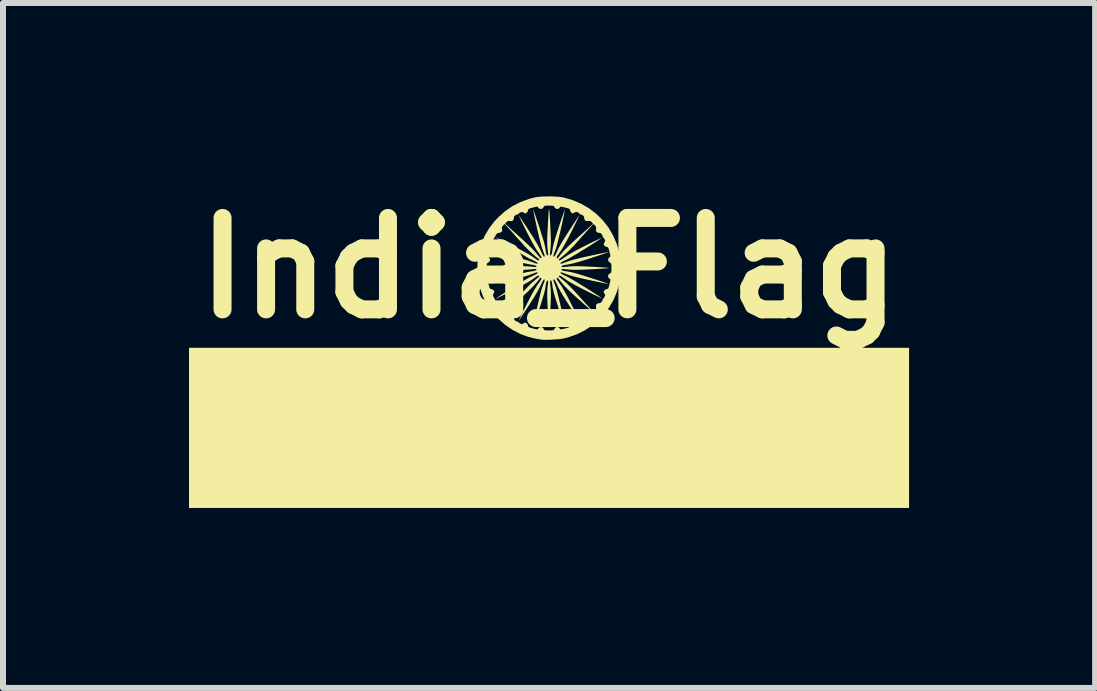
<source format=kicad_pcb>
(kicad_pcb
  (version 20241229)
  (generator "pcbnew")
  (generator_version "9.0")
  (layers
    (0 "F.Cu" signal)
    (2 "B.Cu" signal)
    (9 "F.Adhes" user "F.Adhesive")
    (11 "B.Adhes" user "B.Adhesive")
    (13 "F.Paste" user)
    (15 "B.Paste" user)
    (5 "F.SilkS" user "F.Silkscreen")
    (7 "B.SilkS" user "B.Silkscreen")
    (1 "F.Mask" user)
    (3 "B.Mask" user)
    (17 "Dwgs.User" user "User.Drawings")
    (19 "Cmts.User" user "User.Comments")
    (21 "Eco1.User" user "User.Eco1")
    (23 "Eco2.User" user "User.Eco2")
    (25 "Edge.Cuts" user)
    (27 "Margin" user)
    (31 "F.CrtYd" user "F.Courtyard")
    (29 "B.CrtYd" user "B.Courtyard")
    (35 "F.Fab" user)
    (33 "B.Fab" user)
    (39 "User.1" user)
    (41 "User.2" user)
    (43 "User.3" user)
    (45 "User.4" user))
  (footprint "India_Flag"
    (layer "F.Cu")
    (at 6.103 1.418)
    (property "Reference" "India_Flag" (at 0 0 0) (layer "F.SilkS") (effects (font (size 1.524 1.524) (thickness 0.3))))
    (attr board_only exclude_from_pos_files exclude_from_bom)
    (fp_poly (pts (xy 6.002 4) (xy -6.002 4) (xy -6.002 1.33) (xy 6.002 1.33)) (stroke (width 0) (type solid)) (fill yes) (layer "F.SilkS"))
    (fp_poly (pts (xy 0.107 -1.191) (xy 0.175 -1.186) (xy 0.23 -1.178) (xy 0.238 -1.177) (xy 0.394 -1.132) (xy 0.538 -1.07) (xy 0.67 -0.993) (xy 0.79 -0.901) (xy 0.897 -0.795) (xy 0.99 -0.676) (xy 1.067 -0.544) (xy 1.13 -0.4) (xy 1.175 -0.246) (xy 1.177 -0.238) (xy 1.185 -0.187) (xy 1.191 -0.121) (xy 1.194 -0.047) (xy 1.194 0.031) (xy 1.192 0.107) (xy 1.187 0.175) (xy 1.179 0.23) (xy 1.177 0.238) (xy 1.134 0.39) (xy 1.076 0.529) (xy 1.002 0.658) (xy 0.911 0.777) (xy 0.846 0.846) (xy 0.729 0.95) (xy 0.603 1.035) (xy 0.467 1.104) (xy 0.322 1.155) (xy 0.238 1.176) (xy 0.202 1.182) (xy 0.153 1.187) (xy 0.096 1.191) (xy 0.036 1.195) (xy -0.021 1.197) (xy -0.071 1.197) (xy -0.108 1.196) (xy -0.12 1.194) (xy -0.143 1.191) (xy -0.177 1.185) (xy -0.215 1.179) (xy -0.35 1.147) (xy -0.483 1.097) (xy -0.611 1.03) (xy -0.732 0.947) (xy -0.843 0.849) (xy -0.846 0.846) (xy -0.94 0.74) (xy -0.73 0.74) (xy -0.724 0.751) (xy -0.708 0.768) (xy -0.707 0.768) (xy -0.685 0.783) (xy -0.659 0.785) (xy -0.648 0.784) (xy -0.622 0.782) (xy -0.606 0.789) (xy -0.596 0.802) (xy -0.586 0.825) (xy -0.586 0.842) (xy -0.582 0.858) (xy -0.567 0.875) (xy -0.546 0.889) (xy -0.526 0.896) (xy -0.519 0.894) (xy -0.512 0.893) (xy -0.513 0.897) (xy -0.509 0.907) (xy -0.491 0.92) (xy -0.484 0.924) (xy -0.459 0.934) (xy -0.444 0.935) (xy -0.432 0.926) (xy -0.431 0.925) (xy -0.412 0.913) (xy -0.4 0.91) (xy -0.379 0.918) (xy -0.36 0.937) (xy -0.35 0.959) (xy -0.35 0.961) (xy -0.348 0.974) (xy -0.341 0.983) (xy -0.323 0.992) (xy -0.292 1.001) (xy -0.259 1.01) (xy -0.223 1.019) (xy -0.201 1.023) (xy -0.19 1.021) (xy -0.183 1.015) (xy -0.18 1.01) (xy -0.16 0.989) (xy -0.133 0.983) (xy -0.108 0.992) (xy -0.09 1.015) (xy -0.09 1.016) (xy -0.084 1.028) (xy -0.074 1.035) (xy -0.057 1.039) (xy -0.027 1.04) (xy 0 1.04) (xy 0.04 1.04) (xy 0.065 1.038) (xy 0.079 1.033) (xy 0.086 1.024) (xy 0.09 1.016) (xy 0.107 0.993) (xy 0.132 0.983) (xy 0.159 0.988) (xy 0.179 1.009) (xy 0.18 1.01) (xy 0.186 1.018) (xy 0.194 1.022) (xy 0.21 1.021) (xy 0.237 1.016) (xy 0.27 1.008) (xy 0.31 0.997) (xy 0.335 0.988) (xy 0.347 0.979) (xy 0.35 0.968) (xy 0.35 0.967) (xy 0.357 0.942) (xy 0.375 0.921) (xy 0.396 0.91) (xy 0.398 0.91) (xy 0.418 0.916) (xy 0.431 0.925) (xy 0.444 0.935) (xy 0.458 0.934) (xy 0.482 0.925) (xy 0.484 0.924) (xy 0.505 0.911) (xy 0.514 0.899) (xy 0.513 0.897) (xy 0.514 0.892) (xy 0.519 0.894) (xy 0.535 0.894) (xy 0.556 0.883) (xy 0.575 0.867) (xy 0.586 0.85) (xy 0.586 0.842) (xy 0.586 0.824) (xy 0.596 0.802) (xy 0.61 0.786) (xy 0.627 0.781) (xy 0.65 0.784) (xy 0.678 0.785) (xy 0.698 0.777) (xy 0.711 0.764) (xy 0.735 0.738) (xy 0.678 0.687) (xy 0.653 0.665) (xy 0.617 0.632) (xy 0.572 0.592) (xy 0.521 0.546) (xy 0.468 0.499) (xy 0.447 0.48) (xy 0.376 0.415) (xy 0.317 0.36) (xy 0.267 0.309) (xy 0.223 0.259) (xy 0.18 0.207) (xy 0.153 0.172) (xy 0.139 0.162) (xy 0.129 0.167) (xy 0.127 0.177) (xy 0.134 0.195) (xy 0.152 0.224) (xy 0.182 0.266) (xy 0.183 0.267) (xy 0.213 0.311) (xy 0.248 0.37) (xy 0.289 0.443) (xy 0.336 0.533) (xy 0.38 0.62) (xy 0.413 0.686) (xy 0.442 0.746) (xy 0.467 0.796) (xy 0.486 0.836) (xy 0.498 0.863) (xy 0.503 0.875) (xy 0.502 0.875) (xy 0.495 0.864) (xy 0.478 0.839) (xy 0.452 0.801) (xy 0.421 0.753) (xy 0.384 0.698) (xy 0.344 0.636) (xy 0.334 0.62) (xy 0.273 0.525) (xy 0.222 0.442) (xy 0.181 0.372) (xy 0.151 0.315) (xy 0.136 0.282) (xy 0.118 0.242) (xy 0.101 0.211) (xy 0.089 0.193) (xy 0.084 0.19) (xy 0.075 0.192) (xy 0.072 0.199) (xy 0.074 0.214) (xy 0.083 0.24) (xy 0.099 0.281) (xy 0.105 0.298) (xy 0.116 0.329) (xy 0.13 0.376) (xy 0.146 0.437) (xy 0.164 0.509) (xy 0.183 0.588) (xy 0.202 0.671) (xy 0.22 0.755) (xy 0.238 0.837) (xy 0.253 0.915) (xy 0.266 0.98) (xy 0.264 0.977) (xy 0.256 0.957) (xy 0.244 0.922) (xy 0.228 0.875) (xy 0.208 0.816) (xy 0.185 0.748) (xy 0.171 0.705) (xy 0.137 0.602) (xy 0.11 0.516) (xy 0.089 0.445) (xy 0.074 0.387) (xy 0.064 0.342) (xy 0.059 0.315) (xy 0.052 0.265) (xy 0.046 0.231) (xy 0.039 0.212) (xy 0.032 0.206) (xy 0.023 0.208) (xy 0.018 0.217) (xy 0.017 0.238) (xy 0.019 0.273) (xy 0.024 0.315) (xy 0.027 0.351) (xy 0.029 0.391) (xy 0.03 0.436) (xy 0.03 0.491) (xy 0.028 0.558) (xy 0.024 0.639) (xy 0.021 0.703) (xy 0.017 0.776) (xy 0.013 0.843) (xy 0.009 0.9) (xy 0.006 0.945) (xy 0.003 0.976) (xy 0.000435 0.989) (xy 0 0.99) (xy -0.002 0.98) (xy -0.005 0.953) (xy -0.009 0.911) (xy -0.012 0.857) (xy -0.016 0.792) (xy -0.02 0.72) (xy -0.021 0.703) (xy -0.025 0.609) (xy -0.028 0.533) (xy -0.03 0.471) (xy -0.03 0.42) (xy -0.029 0.377) (xy -0.026 0.339) (xy -0.024 0.315) (xy -0.019 0.273) (xy -0.016 0.238) (xy -0.015 0.217) (xy -0.015 0.211) (xy -0.027 0.211) (xy -0.033 0.213) (xy -0.041 0.226) (xy -0.05 0.257) (xy -0.058 0.306) (xy -0.059 0.311) (xy -0.065 0.349) (xy -0.075 0.394) (xy -0.09 0.449) (xy -0.11 0.516) (xy -0.135 0.598) (xy -0.167 0.696) (xy -0.17 0.705) (xy -0.194 0.777) (xy -0.216 0.841) (xy -0.235 0.896) (xy -0.25 0.938) (xy -0.26 0.967) (xy -0.265 0.98) (xy -0.266 0.98) (xy -0.251 0.903) (xy -0.234 0.82) (xy -0.216 0.733) (xy -0.196 0.647) (xy -0.177 0.563) (xy -0.158 0.485) (xy -0.141 0.416) (xy -0.125 0.358) (xy -0.112 0.316) (xy -0.105 0.298) (xy -0.087 0.252) (xy -0.076 0.221) (xy -0.072 0.202) (xy -0.073 0.193) (xy -0.08 0.19) (xy -0.084 0.19) (xy -0.093 0.199) (xy -0.108 0.223) (xy -0.125 0.258) (xy -0.136 0.282) (xy -0.158 0.328) (xy -0.191 0.388) (xy -0.234 0.462) (xy -0.288 0.548) (xy -0.334 0.62) (xy -0.375 0.683) (xy -0.412 0.74) (xy -0.445 0.79) (xy -0.472 0.831) (xy -0.491 0.859) (xy -0.501 0.874) (xy -0.502 0.875) (xy -0.501 0.869) (xy -0.491 0.847) (xy -0.474 0.812) (xy -0.451 0.765) (xy -0.424 0.708) (xy -0.392 0.644) (xy -0.38 0.62) (xy -0.327 0.516) (xy -0.281 0.429) (xy -0.241 0.358) (xy -0.207 0.302) (xy -0.183 0.267) (xy -0.152 0.225) (xy -0.134 0.196) (xy -0.127 0.178) (xy -0.128 0.168) (xy -0.129 0.167) (xy -0.141 0.162) (xy -0.153 0.172) (xy -0.189 0.219) (xy -0.226 0.262) (xy -0.266 0.306) (xy -0.311 0.353) (xy -0.365 0.404) (xy -0.429 0.463) (xy -0.502 0.529) (xy -0.559 0.58) (xy -0.61 0.627) (xy -0.655 0.668) (xy -0.691 0.701) (xy -0.716 0.725) (xy -0.729 0.738) (xy -0.73 0.74) (xy -0.94 0.74) (xy -0.948 0.732) (xy -1.032 0.61) (xy -1.1 0.477) (xy -1.152 0.333) (xy -1.177 0.238) (xy -1.185 0.187) (xy -1.191 0.121) (xy -1.194 0.047) (xy -1.194 0) (xy -1.04 0) (xy -1.04 0.04) (xy -1.038 0.065) (xy -1.033 0.079) (xy -1.024 0.086) (xy -1.017 0.089) (xy -0.993 0.107) (xy -0.983 0.132) (xy -0.989 0.159) (xy -1.009 0.179) (xy -1.01 0.18) (xy -1.019 0.186) (xy -1.023 0.194) (xy -1.022 0.21) (xy -1.016 0.237) (xy -1.008 0.27) (xy -0.997 0.31) (xy -0.989 0.334) (xy -0.98 0.346) (xy -0.969 0.35) (xy -0.966 0.35) (xy -0.942 0.357) (xy -0.925 0.371) (xy -0.913 0.386) (xy -0.912 0.4) (xy -0.922 0.42) (xy -0.923 0.421) (xy -0.933 0.441) (xy -0.934 0.456) (xy -0.927 0.477) (xy -0.919 0.493) (xy -0.892 0.543) (xy -0.869 0.573) (xy -0.851 0.586) (xy -0.843 0.585) (xy -0.824 0.586) (xy -0.803 0.596) (xy -0.786 0.61) (xy -0.782 0.628) (xy -0.784 0.648) (xy -0.785 0.678) (xy -0.774 0.7) (xy -0.768 0.707) (xy -0.751 0.723) (xy -0.74 0.73) (xy -0.74 0.73) (xy -0.732 0.723) (xy -0.713 0.703) (xy -0.683 0.671) (xy -0.645 0.63) (xy -0.601 0.581) (xy -0.551 0.526) (xy -0.529 0.502) (xy -0.46 0.425) (xy -0.401 0.362) (xy -0.35 0.309) (xy -0.304 0.263) (xy -0.26 0.224) (xy -0.216 0.187) (xy -0.173 0.152) (xy -0.162 0.139) (xy -0.168 0.128) (xy -0.178 0.126) (xy -0.195 0.133) (xy -0.223 0.151) (xy -0.257 0.176) (xy -0.298 0.204) (xy -0.357 0.24) (xy -0.434 0.282) (xy -0.528 0.332) (xy -0.615 0.377) (xy -0.684 0.411) (xy -0.746 0.443) (xy -0.801 0.47) (xy -0.845 0.492) (xy -0.877 0.508) (xy -0.894 0.516) (xy -0.897 0.517) (xy -0.889 0.511) (xy -0.867 0.496) (xy -0.831 0.472) (xy -0.785 0.442) (xy -0.731 0.406) (xy -0.669 0.366) (xy -0.639 0.347) (xy -0.543 0.285) (xy -0.458 0.232) (xy -0.385 0.19) (xy -0.326 0.157) (xy -0.285 0.138) (xy -0.246 0.119) (xy -0.214 0.103) (xy -0.195 0.089) (xy -0.19 0.083) (xy -0.192 0.075) (xy -0.199 0.071) (xy -0.214 0.074) (xy -0.241 0.083) (xy -0.282 0.099) (xy -0.298 0.105) (xy -0.339 0.12) (xy -0.395 0.137) (xy -0.467 0.155) (xy -0.556 0.176) (xy -0.663 0.2) (xy -0.689 0.205) (xy -0.765 0.221) (xy -0.834 0.236) (xy -0.894 0.248) (xy -0.942 0.258) (xy -0.978 0.265) (xy -0.997 0.269) (xy -1 0.269) (xy -0.992 0.266) (xy -0.967 0.257) (xy -0.928 0.244) (xy -0.877 0.227) (xy -0.815 0.206) (xy -0.746 0.183) (xy -0.707 0.17) (xy -0.605 0.137) (xy -0.519 0.11) (xy -0.448 0.09) (xy -0.39 0.074) (xy -0.342 0.064) (xy -0.314 0.059) (xy -0.263 0.051) (xy -0.229 0.042) (xy -0.214 0.034) (xy -0.213 0.033) (xy -0.21 0.019) (xy -0.211 0.016) (xy -0.222 0.016) (xy -0.249 0.017) (xy -0.286 0.021) (xy -0.315 0.024) (xy -0.353 0.027) (xy -0.395 0.029) (xy -0.445 0.03) (xy -0.506 0.029) (xy -0.579 0.026) (xy -0.669 0.022) (xy -0.703 0.021) (xy -0.776 0.017) (xy -0.843 0.013) (xy -0.9 0.009) (xy -0.945 0.006) (xy -0.976 0.003) (xy -0.99 0.000413) (xy -0.99 0) (xy -0.981 -0.002) (xy -0.954 -0.005) (xy -0.912 -0.008) (xy -0.857 -0.012) (xy -0.793 -0.016) (xy -0.72 -0.02) (xy -0.703 -0.021) (xy -0.607 -0.025) (xy -0.529 -0.028) (xy -0.464 -0.03) (xy -0.411 -0.03) (xy -0.367 -0.028) (xy -0.328 -0.025) (xy -0.315 -0.024) (xy -0.273 -0.02) (xy -0.238 -0.017) (xy -0.217 -0.016) (xy -0.211 -0.016) (xy -0.211 -0.027) (xy -0.213 -0.033) (xy -0.226 -0.041) (xy -0.257 -0.05) (xy -0.305 -0.058) (xy -0.314 -0.059) (xy -0.354 -0.066) (xy -0.404 -0.078) (xy -0.465 -0.095) (xy -0.54 -0.117) (xy -0.63 -0.145) (xy -0.707 -0.17) (xy -0.78 -0.194) (xy -0.846 -0.216) (xy -0.903 -0.235) (xy -0.949 -0.251) (xy -0.981 -0.262) (xy -0.998 -0.268) (xy -1 -0.269) (xy -0.989 -0.267) (xy -0.961 -0.262) (xy -0.918 -0.253) (xy -0.863 -0.242) (xy -0.798 -0.228) (xy -0.725 -0.213) (xy -0.689 -0.205) (xy -0.578 -0.181) (xy -0.485 -0.16) (xy -0.41 -0.141) (xy -0.35 -0.124) (xy -0.306 -0.108) (xy -0.298 -0.105) (xy -0.252 -0.087) (xy -0.221 -0.076) (xy -0.202 -0.072) (xy -0.193 -0.073) (xy -0.19 -0.08) (xy -0.19 -0.083) (xy -0.199 -0.093) (xy -0.222 -0.107) (xy -0.256 -0.124) (xy -0.285 -0.138) (xy -0.331 -0.159) (xy -0.391 -0.193) (xy -0.464 -0.236) (xy -0.55 -0.29) (xy -0.639 -0.347) (xy -0.703 -0.388) (xy -0.761 -0.426) (xy -0.812 -0.459) (xy -0.852 -0.486) (xy -0.88 -0.505) (xy -0.895 -0.516) (xy -0.897 -0.517) (xy -0.888 -0.513) (xy -0.863 -0.501) (xy -0.825 -0.482) (xy -0.775 -0.458) (xy -0.716 -0.428) (xy -0.65 -0.395) (xy -0.615 -0.377) (xy -0.51 -0.323) (xy -0.421 -0.275) (xy -0.348 -0.234) (xy -0.292 -0.2) (xy -0.257 -0.176) (xy -0.218 -0.148) (xy -0.192 -0.131) (xy -0.176 -0.126) (xy -0.168 -0.128) (xy -0.163 -0.139) (xy 0.162 -0.139) (xy 0.168 -0.129) (xy 0.177 -0.126) (xy 0.195 -0.134) (xy 0.224 -0.152) (xy 0.266 -0.182) (xy 0.267 -0.182) (xy 0.311 -0.213) (xy 0.37 -0.248) (xy 0.443 -0.289) (xy 0.533 -0.336) (xy 0.62 -0.38) (xy 0.686 -0.413) (xy 0.746 -0.442) (xy 0.797 -0.466) (xy 0.836 -0.485) (xy 0.863 -0.498) (xy 0.875 -0.502) (xy 0.875 -0.502) (xy 0.858 -0.488) (xy 0.825 -0.465) (xy 0.781 -0.436) (xy 0.727 -0.401) (xy 0.667 -0.363) (xy 0.603 -0.323) (xy 0.538 -0.283) (xy 0.475 -0.244) (xy 0.415 -0.209) (xy 0.363 -0.178) (xy 0.32 -0.154) (xy 0.289 -0.139) (xy 0.283 -0.135) (xy 0.244 -0.118) (xy 0.213 -0.101) (xy 0.194 -0.088) (xy 0.19 -0.083) (xy 0.191 -0.075) (xy 0.197 -0.072) (xy 0.21 -0.073) (xy 0.235 -0.081) (xy 0.272 -0.095) (xy 0.302 -0.106) (xy 0.352 -0.123) (xy 0.422 -0.143) (xy 0.511 -0.165) (xy 0.621 -0.19) (xy 0.695 -0.206) (xy 0.769 -0.222) (xy 0.837 -0.236) (xy 0.896 -0.248) (xy 0.944 -0.257) (xy 0.977 -0.264) (xy 0.995 -0.267) (xy 0.997 -0.267) (xy 0.989 -0.263) (xy 0.963 -0.254) (xy 0.924 -0.24) (xy 0.871 -0.223) (xy 0.809 -0.202) (xy 0.739 -0.18) (xy 0.702 -0.167) (xy 0.598 -0.134) (xy 0.51 -0.107) (xy 0.437 -0.087) (xy 0.379 -0.072) (xy 0.332 -0.062) (xy 0.311 -0.059) (xy 0.262 -0.051) (xy 0.228 -0.042) (xy 0.213 -0.034) (xy 0.213 -0.033) (xy 0.21 -0.018) (xy 0.211 -0.015) (xy 0.222 -0.015) (xy 0.249 -0.017) (xy 0.286 -0.02) (xy 0.315 -0.024) (xy 0.351 -0.027) (xy 0.39 -0.029) (xy 0.435 -0.03) (xy 0.49 -0.03) (xy 0.556 -0.028) (xy 0.637 -0.024) (xy 0.708 -0.021) (xy 0.782 -0.017) (xy 0.849 -0.013) (xy 0.907 -0.009) (xy 0.953 -0.006) (xy 0.985 -0.003) (xy 1 -0.001) (xy 1 0) (xy 0.991 0.002) (xy 0.964 0.005) (xy 0.922 0.008) (xy 0.867 0.012) (xy 0.802 0.016) (xy 0.73 0.02) (xy 0.708 0.021) (xy 0.614 0.025) (xy 0.537 0.028) (xy 0.474 0.03) (xy 0.422 0.03) (xy 0.379 0.029) (xy 0.341 0.026) (xy 0.315 0.024) (xy 0.266 0.019) (xy 0.233 0.017) (xy 0.215 0.019) (xy 0.208 0.023) (xy 0.206 0.032) (xy 0.212 0.039) (xy 0.231 0.046) (xy 0.265 0.052) (xy 0.315 0.059) (xy 0.359 0.067) (xy 0.417 0.081) (xy 0.492 0.102) (xy 0.583 0.13) (xy 0.692 0.164) (xy 0.702 0.168) (xy 0.775 0.191) (xy 0.842 0.213) (xy 0.899 0.232) (xy 0.945 0.248) (xy 0.978 0.259) (xy 0.995 0.266) (xy 0.997 0.267) (xy 0.987 0.265) (xy 0.96 0.26) (xy 0.918 0.252) (xy 0.863 0.241) (xy 0.799 0.228) (xy 0.727 0.213) (xy 0.695 0.206) (xy 0.574 0.18) (xy 0.473 0.156) (xy 0.391 0.135) (xy 0.329 0.116) (xy 0.302 0.106) (xy 0.255 0.088) (xy 0.223 0.077) (xy 0.204 0.072) (xy 0.194 0.072) (xy 0.19 0.078) (xy 0.19 0.083) (xy 0.199 0.092) (xy 0.222 0.106) (xy 0.256 0.124) (xy 0.283 0.135) (xy 0.309 0.148) (xy 0.348 0.17) (xy 0.398 0.199) (xy 0.455 0.232) (xy 0.517 0.27) (xy 0.582 0.31) (xy 0.647 0.35) (xy 0.708 0.389) (xy 0.764 0.425) (xy 0.812 0.456) (xy 0.849 0.481) (xy 0.871 0.498) (xy 0.875 0.502) (xy 0.869 0.5) (xy 0.848 0.491) (xy 0.812 0.474) (xy 0.765 0.451) (xy 0.708 0.424) (xy 0.644 0.392) (xy 0.62 0.38) (xy 0.516 0.327) (xy 0.429 0.281) (xy 0.358 0.241) (xy 0.302 0.207) (xy 0.267 0.182) (xy 0.225 0.152) (xy 0.196 0.134) (xy 0.178 0.127) (xy 0.168 0.128) (xy 0.168 0.129) (xy 0.162 0.141) (xy 0.173 0.152) (xy 0.219 0.189) (xy 0.263 0.226) (xy 0.307 0.266) (xy 0.353 0.312) (xy 0.405 0.366) (xy 0.464 0.43) (xy 0.529 0.502) (xy 0.58 0.559) (xy 0.627 0.61) (xy 0.668 0.655) (xy 0.701 0.691) (xy 0.725 0.716) (xy 0.738 0.729) (xy 0.74 0.73) (xy 0.751 0.723) (xy 0.768 0.708) (xy 0.768 0.707) (xy 0.783 0.685) (xy 0.785 0.659) (xy 0.784 0.648) (xy 0.782 0.622) (xy 0.79 0.606) (xy 0.803 0.596) (xy 0.826 0.586) (xy 0.843 0.585) (xy 0.858 0.582) (xy 0.875 0.566) (xy 0.89 0.546) (xy 0.896 0.526) (xy 0.894 0.519) (xy 0.893 0.511) (xy 0.897 0.513) (xy 0.907 0.509) (xy 0.92 0.491) (xy 0.924 0.483) (xy 0.934 0.459) (xy 0.935 0.444) (xy 0.927 0.431) (xy 0.926 0.43) (xy 0.913 0.411) (xy 0.91 0.4) (xy 0.919 0.378) (xy 0.939 0.359) (xy 0.963 0.35) (xy 0.966 0.35) (xy 0.977 0.348) (xy 0.986 0.338) (xy 0.995 0.318) (xy 1.005 0.283) (xy 1.008 0.27) (xy 1.018 0.23) (xy 1.022 0.206) (xy 1.022 0.192) (xy 1.017 0.184) (xy 1.01 0.18) (xy 0.989 0.159) (xy 0.983 0.133) (xy 0.992 0.108) (xy 1.016 0.09) (xy 1.016 0.09) (xy 1.028 0.084) (xy 1.035 0.074) (xy 1.039 0.057) (xy 1.04 0.027) (xy 1.04 0) (xy 1.04 -0.04) (xy 1.038 -0.065) (xy 1.033 -0.079) (xy 1.024 -0.086) (xy 1.016 -0.09) (xy 0.994 -0.107) (xy 0.985 -0.132) (xy 0.988 -0.158) (xy 1.005 -0.179) (xy 1.014 -0.183) (xy 1.021 -0.189) (xy 1.022 -0.201) (xy 1.019 -0.224) (xy 1.01 -0.262) (xy 1.008 -0.269) (xy 0.997 -0.31) (xy 0.988 -0.334) (xy 0.98 -0.346) (xy 0.969 -0.35) (xy 0.967 -0.35) (xy 0.943 -0.357) (xy 0.921 -0.375) (xy 0.911 -0.395) (xy 0.91 -0.398) (xy 0.917 -0.417) (xy 0.926 -0.43) (xy 0.935 -0.444) (xy 0.935 -0.458) (xy 0.925 -0.482) (xy 0.924 -0.483) (xy 0.911 -0.504) (xy 0.9 -0.513) (xy 0.897 -0.513) (xy 0.892 -0.514) (xy 0.894 -0.519) (xy 0.894 -0.535) (xy 0.884 -0.556) (xy 0.867 -0.575) (xy 0.85 -0.585) (xy 0.843 -0.585) (xy 0.824 -0.586) (xy 0.803 -0.596) (xy 0.787 -0.61) (xy 0.782 -0.627) (xy 0.784 -0.649) (xy 0.786 -0.677) (xy 0.777 -0.697) (xy 0.764 -0.711) (xy 0.738 -0.735) (xy 0.687 -0.677) (xy 0.665 -0.653) (xy 0.632 -0.617) (xy 0.592 -0.572) (xy 0.546 -0.521) (xy 0.499 -0.468) (xy 0.48 -0.447) (xy 0.416 -0.376) (xy 0.36 -0.317) (xy 0.309 -0.267) (xy 0.259 -0.223) (xy 0.208 -0.18) (xy 0.173 -0.152) (xy 0.162 -0.139) (xy -0.163 -0.139) (xy -0.162 -0.141) (xy -0.173 -0.152) (xy -0.228 -0.196) (xy -0.278 -0.239) (xy -0.328 -0.285) (xy -0.38 -0.338) (xy -0.439 -0.401) (xy -0.48 -0.447) (xy -0.528 -0.5) (xy -0.575 -0.552) (xy -0.617 -0.6) (xy -0.653 -0.64) (xy -0.68 -0.67) (xy -0.687 -0.677) (xy -0.738 -0.735) (xy -0.764 -0.711) (xy -0.781 -0.691) (xy -0.786 -0.669) (xy -0.784 -0.649) (xy -0.782 -0.623) (xy -0.789 -0.607) (xy -0.803 -0.596) (xy -0.826 -0.586) (xy -0.843 -0.585) (xy -0.859 -0.582) (xy -0.879 -0.561) (xy -0.904 -0.521) (xy -0.919 -0.493) (xy -0.931 -0.467) (xy -0.935 -0.45) (xy -0.93 -0.433) (xy -0.923 -0.421) (xy -0.912 -0.4) (xy -0.912 -0.387) (xy -0.924 -0.372) (xy -0.925 -0.371) (xy -0.946 -0.355) (xy -0.966 -0.35) (xy -0.977 -0.348) (xy -0.986 -0.338) (xy -0.995 -0.318) (xy -1.005 -0.283) (xy -1.008 -0.269) (xy -1.018 -0.229) (xy -1.022 -0.204) (xy -1.021 -0.19) (xy -1.015 -0.184) (xy -1.014 -0.183) (xy -0.993 -0.166) (xy -0.984 -0.141) (xy -0.989 -0.115) (xy -1.007 -0.094) (xy -1.016 -0.09) (xy -1.028 -0.084) (xy -1.035 -0.074) (xy -1.039 -0.057) (xy -1.04 -0.027) (xy -1.04 0) (xy -1.194 0) (xy -1.194 -0.031) (xy -1.192 -0.107) (xy -1.187 -0.175) (xy -1.179 -0.23) (xy -1.177 -0.238) (xy -1.134 -0.39) (xy -1.076 -0.529) (xy -1.002 -0.658) (xy -0.939 -0.74) (xy -0.73 -0.74) (xy -0.723 -0.732) (xy -0.703 -0.713) (xy -0.671 -0.683) (xy -0.63 -0.645) (xy -0.581 -0.601) (xy -0.526 -0.551) (xy -0.502 -0.529) (xy -0.42 -0.455) (xy -0.348 -0.387) (xy -0.288 -0.329) (xy -0.242 -0.28) (xy -0.21 -0.243) (xy -0.178 -0.204) (xy -0.157 -0.179) (xy -0.143 -0.166) (xy -0.134 -0.162) (xy -0.127 -0.167) (xy -0.125 -0.17) (xy -0.128 -0.182) (xy -0.141 -0.206) (xy -0.162 -0.238) (xy -0.183 -0.268) (xy -0.214 -0.313) (xy -0.25 -0.373) (xy -0.292 -0.449) (xy -0.34 -0.541) (xy -0.38 -0.62) (xy -0.413 -0.686) (xy -0.442 -0.746) (xy -0.467 -0.796) (xy -0.486 -0.836) (xy -0.498 -0.863) (xy -0.503 -0.875) (xy -0.502 -0.875) (xy -0.495 -0.864) (xy -0.478 -0.839) (xy -0.452 -0.801) (xy -0.421 -0.753) (xy -0.384 -0.698) (xy -0.344 -0.636) (xy -0.334 -0.62) (xy -0.273 -0.525) (xy -0.222 -0.442) (xy -0.181 -0.372) (xy -0.151 -0.315) (xy -0.136 -0.282) (xy -0.118 -0.242) (xy -0.101 -0.211) (xy -0.089 -0.193) (xy -0.084 -0.19) (xy -0.075 -0.192) (xy -0.072 -0.199) (xy -0.074 -0.214) (xy -0.083 -0.24) (xy -0.099 -0.281) (xy -0.105 -0.298) (xy -0.116 -0.329) (xy -0.13 -0.376) (xy -0.146 -0.437) (xy -0.164 -0.509) (xy -0.183 -0.588) (xy -0.202 -0.671) (xy -0.22 -0.755) (xy -0.238 -0.837) (xy -0.253 -0.915) (xy -0.266 -0.98) (xy -0.264 -0.977) (xy -0.256 -0.957) (xy -0.244 -0.922) (xy -0.227 -0.875) (xy -0.208 -0.816) (xy -0.185 -0.748) (xy -0.17 -0.705) (xy -0.138 -0.605) (xy -0.112 -0.522) (xy -0.091 -0.454) (xy -0.076 -0.398) (xy -0.066 -0.352) (xy -0.059 -0.314) (xy -0.059 -0.311) (xy -0.051 -0.261) (xy -0.042 -0.228) (xy -0.033 -0.213) (xy -0.033 -0.213) (xy -0.018 -0.21) (xy -0.015 -0.211) (xy -0.015 -0.222) (xy -0.017 -0.248) (xy -0.02 -0.286) (xy -0.024 -0.315) (xy -0.027 -0.351) (xy -0.029 -0.39) (xy -0.03 -0.436) (xy -0.03 -0.49) (xy -0.028 -0.556) (xy -0.024 -0.638) (xy -0.021 -0.703) (xy -0.017 -0.776) (xy -0.013 -0.843) (xy -0.009 -0.9) (xy -0.006 -0.945) (xy -0.003 -0.976) (xy -0.000436 -0.989) (xy 0 -0.99) (xy 0.002 -0.98) (xy 0.005 -0.953) (xy 0.009 -0.911) (xy 0.012 -0.857) (xy 0.016 -0.792) (xy 0.02 -0.72) (xy 0.021 -0.703) (xy 0.025 -0.609) (xy 0.028 -0.533) (xy 0.03 -0.471) (xy 0.03 -0.42) (xy 0.029 -0.377) (xy 0.026 -0.339) (xy 0.024 -0.315) (xy 0.019 -0.273) (xy 0.016 -0.238) (xy 0.015 -0.217) (xy 0.015 -0.211) (xy 0.027 -0.211) (xy 0.033 -0.213) (xy 0.041 -0.226) (xy 0.05 -0.257) (xy 0.058 -0.306) (xy 0.059 -0.311) (xy 0.065 -0.349) (xy 0.075 -0.394) (xy 0.09 -0.449) (xy 0.11 -0.516) (xy 0.135 -0.598) (xy 0.167 -0.696) (xy 0.17 -0.705) (xy 0.194 -0.777) (xy 0.216 -0.841) (xy 0.235 -0.896) (xy 0.25 -0.938) (xy 0.26 -0.967) (xy 0.265 -0.98) (xy 0.266 -0.98) (xy 0.252 -0.91) (xy 0.237 -0.832) (xy 0.219 -0.749) (xy 0.2 -0.665) (xy 0.181 -0.582) (xy 0.162 -0.504) (xy 0.145 -0.433) (xy 0.129 -0.372) (xy 0.115 -0.326) (xy 0.105 -0.298) (xy 0.087 -0.252) (xy 0.076 -0.221) (xy 0.072 -0.202) (xy 0.073 -0.193) (xy 0.08 -0.19) (xy 0.084 -0.19) (xy 0.093 -0.199) (xy 0.108 -0.223) (xy 0.125 -0.258) (xy 0.136 -0.282) (xy 0.158 -0.328) (xy 0.191 -0.388) (xy 0.234 -0.462) (xy 0.288 -0.548) (xy 0.334 -0.62) (xy 0.375 -0.683) (xy 0.412 -0.74) (xy 0.445 -0.79) (xy 0.472 -0.831) (xy 0.491 -0.859) (xy 0.501 -0.874) (xy 0.502 -0.875) (xy 0.501 -0.869) (xy 0.491 -0.847) (xy 0.474 -0.812) (xy 0.451 -0.765) (xy 0.424 -0.708) (xy 0.392 -0.644) (xy 0.38 -0.62) (xy 0.327 -0.516) (xy 0.281 -0.429) (xy 0.241 -0.358) (xy 0.207 -0.302) (xy 0.183 -0.267) (xy 0.152 -0.225) (xy 0.134 -0.196) (xy 0.127 -0.177) (xy 0.128 -0.168) (xy 0.14 -0.16) (xy 0.143 -0.161) (xy 0.151 -0.17) (xy 0.168 -0.191) (xy 0.191 -0.221) (xy 0.208 -0.242) (xy 0.234 -0.273) (xy 0.274 -0.314) (xy 0.323 -0.363) (xy 0.381 -0.418) (xy 0.445 -0.477) (xy 0.477 -0.506) (xy 0.532 -0.555) (xy 0.584 -0.602) (xy 0.63 -0.643) (xy 0.668 -0.677) (xy 0.695 -0.702) (xy 0.709 -0.715) (xy 0.71 -0.716) (xy 0.734 -0.739) (xy 0.711 -0.765) (xy 0.691 -0.781) (xy 0.669 -0.786) (xy 0.65 -0.784) (xy 0.623 -0.782) (xy 0.607 -0.789) (xy 0.596 -0.802) (xy 0.586 -0.825) (xy 0.586 -0.842) (xy 0.582 -0.858) (xy 0.567 -0.875) (xy 0.546 -0.889) (xy 0.526 -0.896) (xy 0.518 -0.894) (xy 0.511 -0.892) (xy 0.513 -0.895) (xy 0.51 -0.905) (xy 0.494 -0.919) (xy 0.489 -0.922) (xy 0.467 -0.934) (xy 0.451 -0.936) (xy 0.43 -0.927) (xy 0.424 -0.924) (xy 0.402 -0.913) (xy 0.388 -0.912) (xy 0.374 -0.921) (xy 0.371 -0.925) (xy 0.355 -0.946) (xy 0.35 -0.965) (xy 0.348 -0.977) (xy 0.339 -0.986) (xy 0.318 -0.994) (xy 0.284 -1.004) (xy 0.269 -1.008) (xy 0.229 -1.017) (xy 0.204 -1.022) (xy 0.19 -1.021) (xy 0.184 -1.015) (xy 0.183 -1.014) (xy 0.166 -0.992) (xy 0.141 -0.984) (xy 0.115 -0.989) (xy 0.094 -1.007) (xy 0.09 -1.016) (xy 0.084 -1.028) (xy 0.074 -1.035) (xy 0.057 -1.039) (xy 0.027 -1.04) (xy 0 -1.04) (xy -0.04 -1.04) (xy -0.065 -1.038) (xy -0.079 -1.033) (xy -0.086 -1.024) (xy -0.09 -1.016) (xy -0.107 -0.994) (xy -0.132 -0.984) (xy -0.158 -0.988) (xy -0.179 -1.005) (xy -0.183 -1.014) (xy -0.189 -1.021) (xy -0.201 -1.023) (xy -0.224 -1.019) (xy -0.258 -1.01) (xy -0.301 -0.999) (xy -0.328 -0.99) (xy -0.343 -0.981) (xy -0.349 -0.971) (xy -0.35 -0.961) (xy -0.357 -0.941) (xy -0.371 -0.924) (xy -0.386 -0.912) (xy -0.4 -0.912) (xy -0.421 -0.922) (xy -0.421 -0.922) (xy -0.443 -0.933) (xy -0.46 -0.933) (xy -0.483 -0.924) (xy -0.485 -0.923) (xy -0.506 -0.91) (xy -0.514 -0.899) (xy -0.513 -0.897) (xy -0.514 -0.892) (xy -0.519 -0.894) (xy -0.535 -0.894) (xy -0.556 -0.883) (xy -0.575 -0.867) (xy -0.586 -0.85) (xy -0.586 -0.842) (xy -0.586 -0.824) (xy -0.596 -0.802) (xy -0.61 -0.786) (xy -0.628 -0.781) (xy -0.648 -0.784) (xy -0.678 -0.785) (xy -0.7 -0.774) (xy -0.707 -0.768) (xy -0.723 -0.751) (xy -0.73 -0.74) (xy -0.73 -0.74) (xy -0.939 -0.74) (xy -0.911 -0.777) (xy -0.846 -0.846) (xy -0.732 -0.947) (xy -0.61 -1.032) (xy -0.477 -1.099) (xy -0.334 -1.152) (xy -0.238 -1.177) (xy -0.187 -1.185) (xy -0.121 -1.191) (xy -0.047 -1.193) (xy 0.031 -1.194)) (stroke (width 0) (type solid)) (fill yes) (layer "F.SilkS")))
  (gr_rect
    (start -3 -3)
    (end 15.207 8.418)
    (stroke (width 0.1) (type default))
    (fill no)
    (layer "Edge.Cuts")))
</source>
